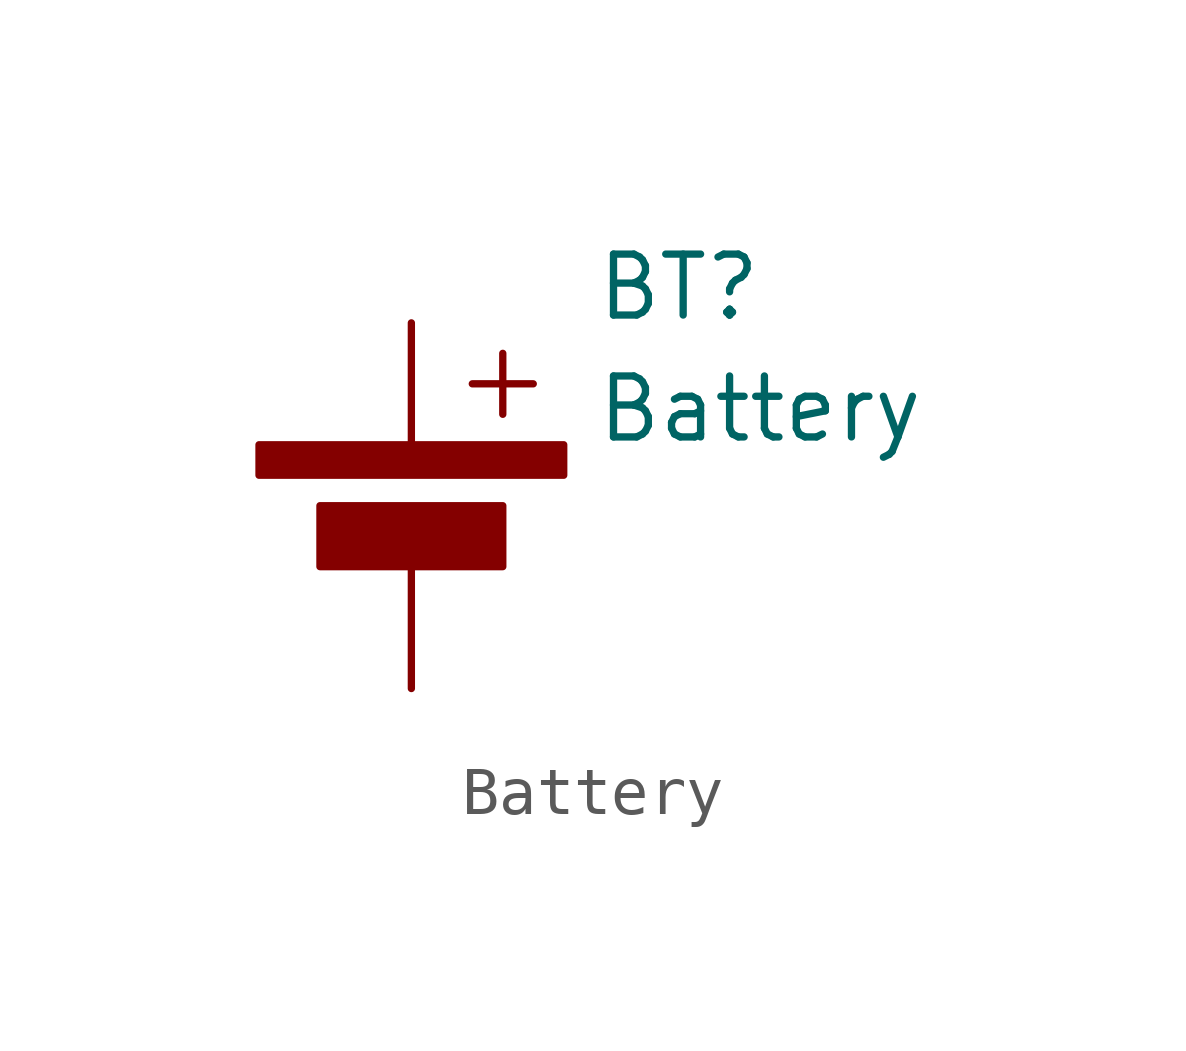
<source format=kicad_sym>
(kicad_symbol_lib
  (version 20220914)
  (generator kicad_symbol_editor)
  (symbol "Battery"
    (pin_numbers hide)
    (pin_names
      (offset 1.016) hide)
    (property "Reference" "BT"
      (at 3.81 2.54 0)
      (effects (font (size 1.27 1.27)) (justify left bottom)))
    (property "Value" "Battery"
      (at 3.81 0 0)
      (effects (font (size 1.27 1.27)) (justify left bottom)))
    (symbol "Battery_0_1"
      (rectangle (start -3.175 0) (end 3.175 -0.635) (stroke (width 0) (type solid)) (fill (type outline)))
      (rectangle (start -1.905 -1.27) (end 1.905 -2.54) (stroke (width 0) (type solid)) (fill (type outline)))
      (polyline (pts (xy 1.27 1.27) (xy 2.54 1.27)) (stroke (width 0) (type solid)) (fill (type none)))
      (polyline (pts (xy 1.905 1.905) (xy 1.905 0.635)) (stroke (width 0) (type solid)) (fill (type none))))
    (symbol "Battery_1_1"
      (pin passive line (at 0 2.54 270) (length 2.54) (name "+" (effects (font (size 1.27 1.27)))) (number "1" (effects (font (size 1.27 1.27)))))
      (pin passive line (at 0 -5.08 90) (length 2.54) (name "-" (effects (font (size 1.27 1.27)))) (number "2" (effects (font (size 1.27 1.27))))))))
</source>
